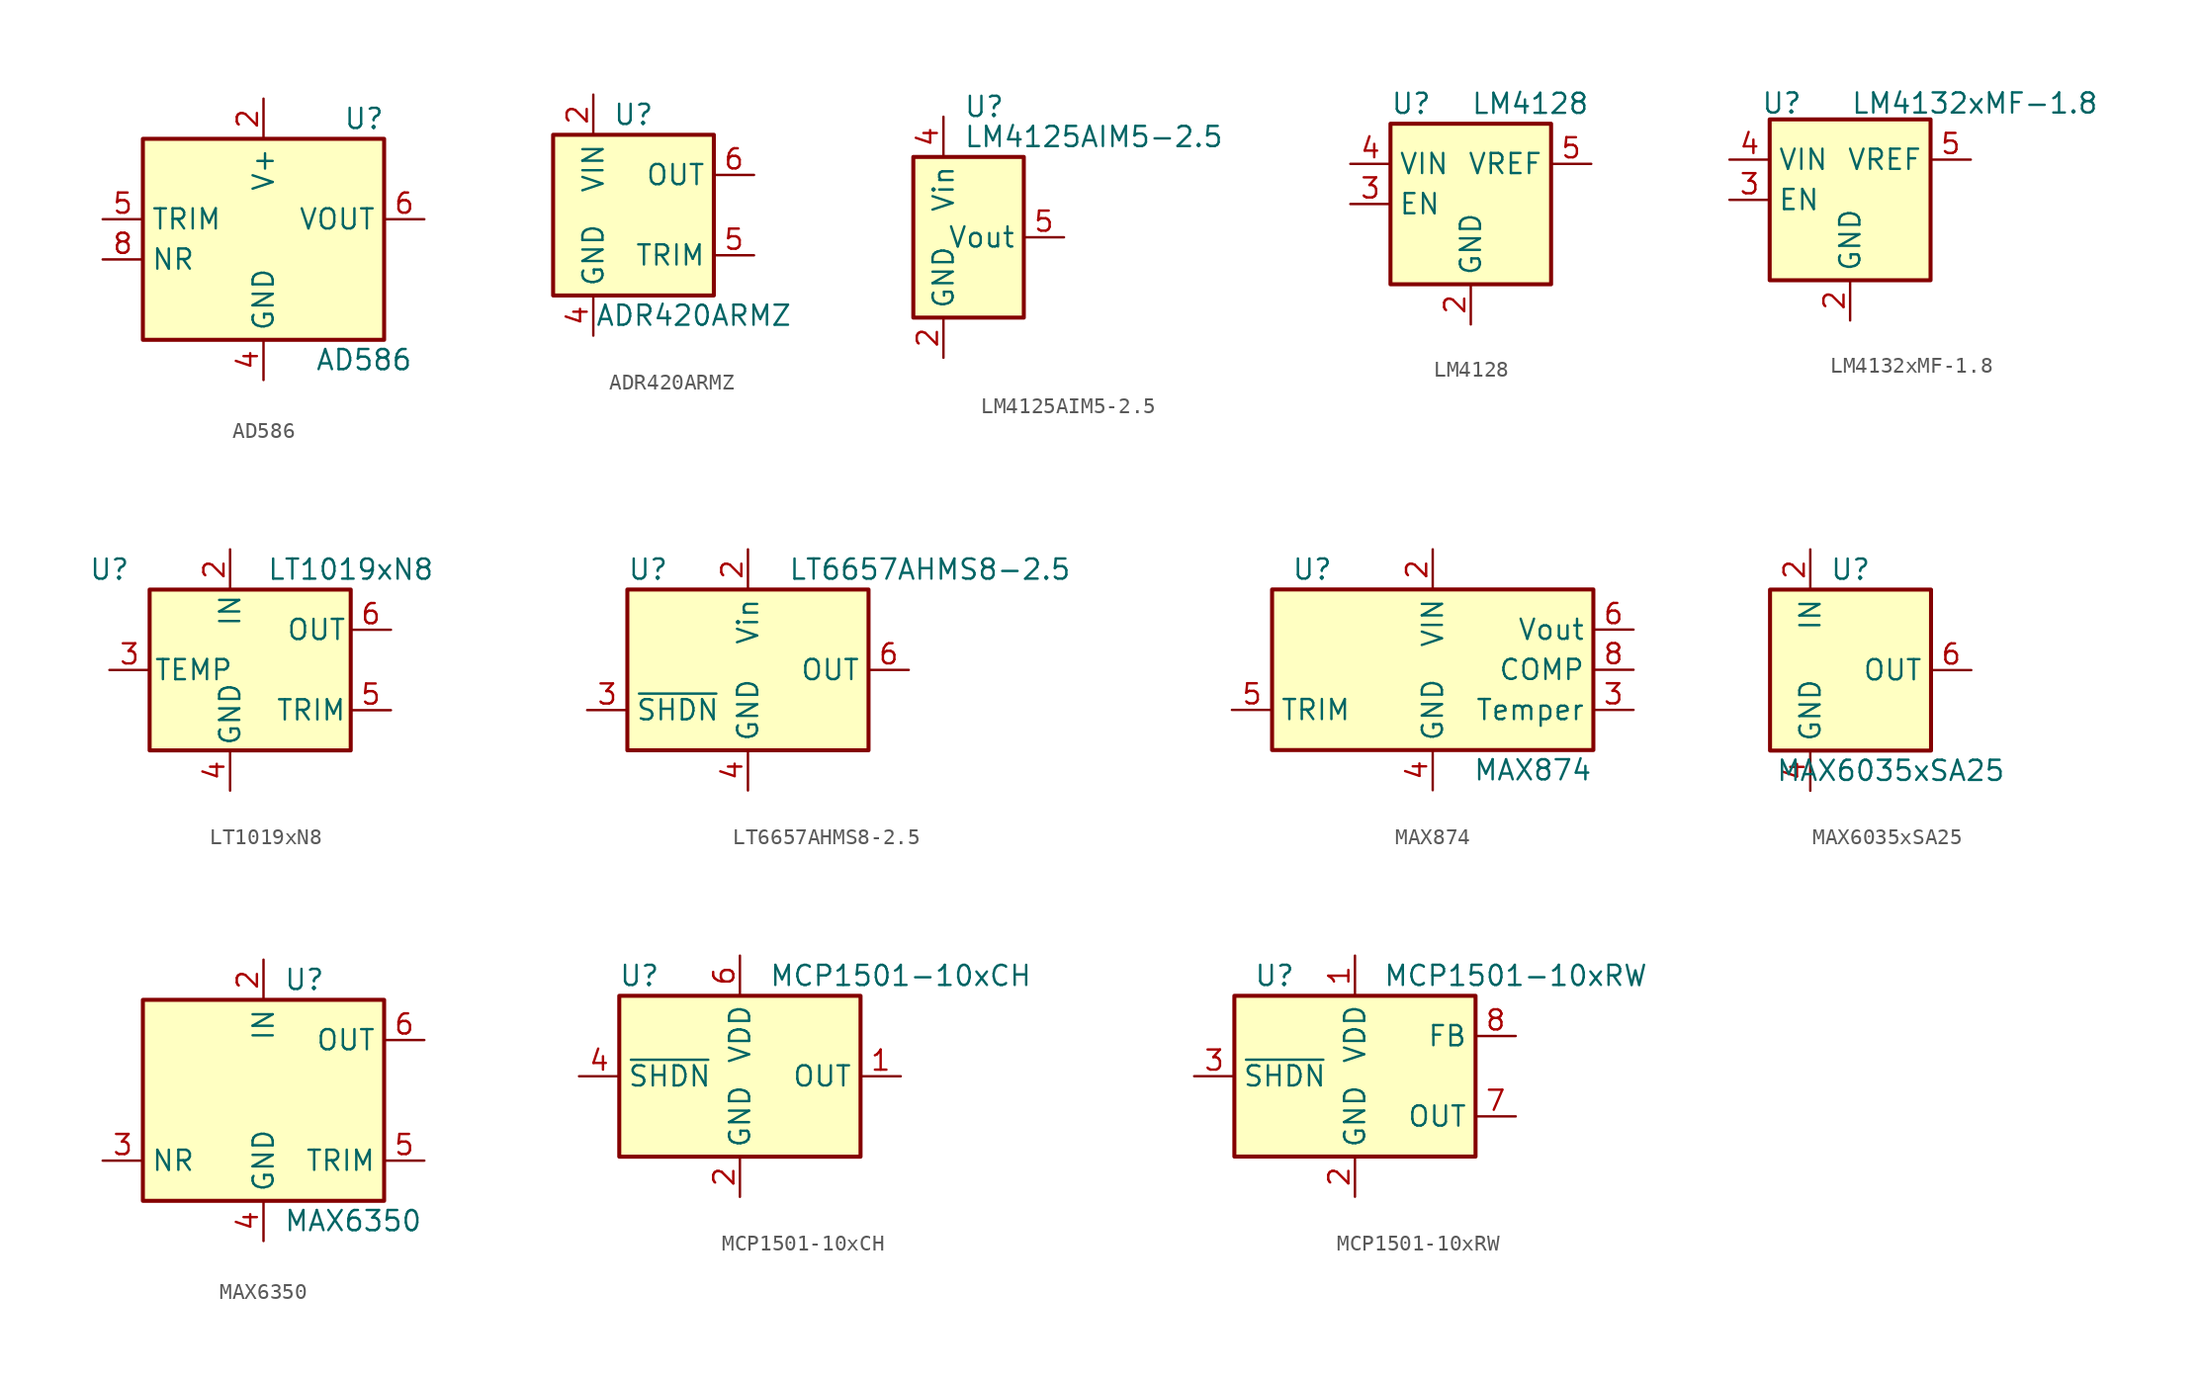
<source format=kicad_sym>
(kicad_symbol_lib
  (version 20200908)
  (generator kicad_symbol_editor)
  (symbol "Reference_Voltage:AD586"
    (property "Reference" "U"
      (at 6.35 6.35 0)
      (effects (font (size 1.27 1.27))))
    (property "Value" "AD586"
      (at 6.35 -8.89 0)
      (effects (font (size 1.27 1.27))))
    (symbol "AD586_0_1"
      (rectangle (start -7.62 5.08) (end 7.62 -7.62) (stroke (width 0.254)) (fill (type background))))
    (symbol "AD586_1_1"
      (pin unconnected line (at -7.62 2.54 0) (length 2.54) hide (name "NC" (effects (font (size 1.27 1.27)))) (number "1" (effects (font (size 1.27 1.27)))))
      (pin power_in line (at 0 7.62 270) (length 2.54) (name "V+" (effects (font (size 1.27 1.27)))) (number "2" (effects (font (size 1.27 1.27)))))
      (pin unconnected line (at -7.62 -5.08 0) (length 2.54) hide (name "NC" (effects (font (size 1.27 1.27)))) (number "3" (effects (font (size 1.27 1.27)))))
      (pin power_in line (at 0 -10.16 90) (length 2.54) (name "GND" (effects (font (size 1.27 1.27)))) (number "4" (effects (font (size 1.27 1.27)))))
      (pin input line (at -10.16 0 0) (length 2.54) (name "TRIM" (effects (font (size 1.27 1.27)))) (number "5" (effects (font (size 1.27 1.27)))))
      (pin power_out line (at 10.16 0 180) (length 2.54) (name "VOUT" (effects (font (size 1.27 1.27)))) (number "6" (effects (font (size 1.27 1.27)))))
      (pin unconnected line (at 7.62 -5.08 180) (length 2.54) hide (name "NC" (effects (font (size 1.27 1.27)))) (number "7" (effects (font (size 1.27 1.27)))))
      (pin input line (at -10.16 -2.54 0) (length 2.54) (name "NR" (effects (font (size 1.27 1.27)))) (number "8" (effects (font (size 1.27 1.27)))))))
  (symbol "Reference_Voltage:ADR420ARMZ"
    (property "Reference" "U"
      (at 0 6.35 0)
      (effects (font (size 1.27 1.27))))
    (property "Value" "ADR420ARMZ"
      (at 3.81 -6.35 0)
      (effects (font (size 1.27 1.27))))
    (symbol "ADR420ARMZ_0_1"
      (rectangle (start 5.08 -5.08) (end -5.08 5.08) (stroke (width 0.254)) (fill (type background)))
      (pin unconnected line (at -5.08 0 0) (length 2.54) hide (name "TP" (effects (font (size 1.27 1.27)))) (number "1" (effects (font (size 1.27 1.27)))))
      (pin power_in line (at -2.54 7.62 270) (length 2.54) (name "VIN" (effects (font (size 1.27 1.27)))) (number "2" (effects (font (size 1.27 1.27)))))
      (pin unconnected line (at 5.08 0 180) (length 2.54) hide (name "NC" (effects (font (size 1.27 1.27)))) (number "3" (effects (font (size 1.27 1.27)))))
      (pin power_in line (at -2.54 -7.62 90) (length 2.54) (name "GND" (effects (font (size 1.27 1.27)))) (number "4" (effects (font (size 1.27 1.27)))))
      (pin passive line (at 7.62 -2.54 180) (length 2.54) (name "TRIM" (effects (font (size 1.27 1.27)))) (number "5" (effects (font (size 1.27 1.27)))))
      (pin output line (at 7.62 2.54 180) (length 2.54) (name "OUT" (effects (font (size 1.27 1.27)))) (number "6" (effects (font (size 1.27 1.27)))))
      (pin unconnected line (at -5.08 2.54 0) (length 2.54) hide (name "NC" (effects (font (size 1.27 1.27)))) (number "7" (effects (font (size 1.27 1.27)))))
      (pin unconnected line (at -5.08 -2.54 0) (length 2.54) hide (name "TP" (effects (font (size 1.27 1.27)))) (number "8" (effects (font (size 1.27 1.27)))))))
  (symbol "Reference_Voltage:LM4125AIM5-2.5"
    (property "Reference" "U"
      (at 1.27 8.255 0)
      (effects (font (size 1.27 1.27)) (justify left)))
    (property "Value" "LM4125AIM5-2.5"
      (at 1.27 6.35 0)
      (effects (font (size 1.27 1.27)) (justify left)))
    (symbol "LM4125AIM5-2.5_0_1"
      (rectangle (start -1.905 5.08) (end 5.08 -5.08) (stroke (width 0.254)) (fill (type background))))
    (symbol "LM4125AIM5-2.5_1_1"
      (pin unconnected line (at 2.54 -5.08 90) (length 2.54) hide (name "NC" (effects (font (size 1.27 1.27)))) (number "1" (effects (font (size 1.27 1.27)))))
      (pin power_in line (at 0 -7.62 90) (length 2.54) (name "GND" (effects (font (size 1.27 1.27)))) (number "2" (effects (font (size 1.27 1.27)))))
      (pin unconnected line (at 5.08 -5.08 90) (length 2.54) hide (name "NC" (effects (font (size 1.27 1.27)))) (number "3" (effects (font (size 1.27 1.27)))))
      (pin power_in line (at 0 7.62 270) (length 2.54) (name "Vin" (effects (font (size 1.27 1.27)))) (number "4" (effects (font (size 1.27 1.27)))))
      (pin power_out line (at 7.62 0 180) (length 2.54) (name "Vout" (effects (font (size 1.27 1.27)))) (number "5" (effects (font (size 1.27 1.27)))))))
  (symbol "Reference_Voltage:LM4128"
    (property "Reference" "U"
      (at -5.08 6.35 0)
      (effects (font (size 1.27 1.27)) (justify left)))
    (property "Value" "LM4128"
      (at 0 6.35 0)
      (effects (font (size 1.27 1.27)) (justify left)))
    (symbol "LM4128_0_1"
      (rectangle (start -5.08 5.08) (end 5.08 -5.08) (stroke (width 0.254)) (fill (type background))))
    (symbol "LM4128_1_1"
      (pin unconnected line (at 5.08 0 180) (length 2.54) hide (name "NC" (effects (font (size 1.27 1.27)))) (number "1" (effects (font (size 1.27 1.27)))))
      (pin power_in line (at 0 -7.62 90) (length 2.54) (name "GND" (effects (font (size 1.27 1.27)))) (number "2" (effects (font (size 1.27 1.27)))))
      (pin input line (at -7.62 0 0) (length 2.54) (name "EN" (effects (font (size 1.27 1.27)))) (number "3" (effects (font (size 1.27 1.27)))))
      (pin power_in line (at -7.62 2.54 0) (length 2.54) (name "VIN" (effects (font (size 1.27 1.27)))) (number "4" (effects (font (size 1.27 1.27)))))
      (pin power_out line (at 7.62 2.54 180) (length 2.54) (name "VREF" (effects (font (size 1.27 1.27)))) (number "5" (effects (font (size 1.27 1.27)))))))
  (symbol "Reference_Voltage:LM4132xMF-1.8"
    (property "Reference" "U"
      (at -4.318 6.096 0)
      (effects (font (size 1.27 1.27))))
    (property "Value" "LM4132xMF-1.8"
      (at 7.874 6.096 0)
      (effects (font (size 1.27 1.27))))
    (symbol "LM4132xMF-1.8_0_1"
      (rectangle (start -5.08 5.08) (end 5.08 -5.08) (stroke (width 0.254)) (fill (type background))))
    (symbol "LM4132xMF-1.8_1_1"
      (pin unconnected line (at 5.08 0 180) (length 2.54) hide (name "NC" (effects (font (size 1.27 1.27)))) (number "1" (effects (font (size 1.27 1.27)))))
      (pin power_in line (at 0 -7.62 90) (length 2.54) (name "GND" (effects (font (size 1.27 1.27)))) (number "2" (effects (font (size 1.27 1.27)))))
      (pin input line (at -7.62 0 0) (length 2.54) (name "EN" (effects (font (size 1.27 1.27)))) (number "3" (effects (font (size 1.27 1.27)))))
      (pin power_in line (at -7.62 2.54 0) (length 2.54) (name "VIN" (effects (font (size 1.27 1.27)))) (number "4" (effects (font (size 1.27 1.27)))))
      (pin power_out line (at 7.62 2.54 180) (length 2.54) (name "VREF" (effects (font (size 1.27 1.27)))) (number "5" (effects (font (size 1.27 1.27)))))))
  (symbol "Reference_Voltage:LT1019xN8"
    (pin_names
      (offset 0.254))
    (property "Reference" "U"
      (at -7.62 6.35 0)
      (effects (font (size 1.27 1.27))))
    (property "Value" "LT1019xN8"
      (at 7.62 6.35 0)
      (effects (font (size 1.27 1.27))))
    (symbol "LT1019xN8_0_1"
      (rectangle (start 7.62 5.08) (end -5.08 -5.08) (stroke (width 0.254)) (fill (type background))))
    (symbol "LT1019xN8_1_0"
      (pin unconnected line (at -5.08 2.54 0) (length 2.54) hide (name "DNC" (effects (font (size 1.27 1.27)))) (number "1" (effects (font (size 1.27 1.27)))))
      (pin power_in line (at 0 7.62 270) (length 2.54) (name "IN" (effects (font (size 1.27 1.27)))) (number "2" (effects (font (size 1.27 1.27)))))
      (pin passive line (at -7.62 0 0) (length 2.54) (name "TEMP" (effects (font (size 1.27 1.27)))) (number "3" (effects (font (size 1.27 1.27)))))
      (pin power_in line (at 0 -7.62 90) (length 2.54) (name "GND" (effects (font (size 1.27 1.27)))) (number "4" (effects (font (size 1.27 1.27)))))
      (pin passive line (at 10.16 -2.54 180) (length 2.54) (name "TRIM" (effects (font (size 1.27 1.27)))) (number "5" (effects (font (size 1.27 1.27)))))
      (pin power_out line (at 10.16 2.54 180) (length 2.54) (name "OUT" (effects (font (size 1.27 1.27)))) (number "6" (effects (font (size 1.27 1.27)))))
      (pin unconnected line (at 7.62 0 180) (length 2.54) hide (name "DNC" (effects (font (size 1.27 1.27)))) (number "7" (effects (font (size 1.27 1.27)))))
      (pin unconnected line (at -5.08 -2.54 0) (length 2.54) hide (name "DNC" (effects (font (size 1.27 1.27)))) (number "8" (effects (font (size 1.27 1.27)))))))
  (symbol "Reference_Voltage:LT6657AHMS8-2.5"
    (property "Reference" "U"
      (at -7.62 6.35 0)
      (effects (font (size 1.27 1.27)) (justify left)))
    (property "Value" "LT6657AHMS8-2.5"
      (at 2.54 6.35 0)
      (effects (font (size 1.27 1.27)) (justify left)))
    (symbol "LT6657AHMS8-2.5_0_1"
      (rectangle (start -7.62 5.08) (end 7.62 -5.08) (stroke (width 0.254)) (fill (type background))))
    (symbol "LT6657AHMS8-2.5_1_1"
      (pin unconnected line (at 7.62 -2.54 180) (length 2.54) hide (name "DNC" (effects (font (size 1.27 1.27)))) (number "1" (effects (font (size 1.27 1.27)))))
      (pin power_in line (at 0 7.62 270) (length 2.54) (name "Vin" (effects (font (size 1.27 1.27)))) (number "2" (effects (font (size 1.27 1.27)))))
      (pin input line (at -10.16 -2.54 0) (length 2.54) (name "~SHDN" (effects (font (size 1.27 1.27)))) (number "3" (effects (font (size 1.27 1.27)))))
      (pin power_in line (at 0 -7.62 90) (length 2.54) (name "GND" (effects (font (size 1.27 1.27)))) (number "4" (effects (font (size 1.27 1.27)))))
      (pin unconnected line (at -7.62 0 0) (length 2.54) hide (name "DNC" (effects (font (size 1.27 1.27)))) (number "5" (effects (font (size 1.27 1.27)))))
      (pin power_out line (at 10.16 0 180) (length 2.54) (name "OUT" (effects (font (size 1.27 1.27)))) (number "6" (effects (font (size 1.27 1.27)))))
      (pin unconnected line (at -7.62 2.54 0) (length 2.54) hide (name "DNC" (effects (font (size 1.27 1.27)))) (number "7" (effects (font (size 1.27 1.27)))))
      (pin unconnected line (at 7.62 2.54 180) (length 2.54) hide (name "DNC" (effects (font (size 1.27 1.27)))) (number "8" (effects (font (size 1.27 1.27)))))))
  (symbol "Reference_Voltage:MAX874"
    (property "Reference" "U"
      (at -7.62 6.35 0)
      (effects (font (size 1.27 1.27))))
    (property "Value" "MAX874"
      (at 2.54 -6.35 0)
      (effects (font (size 1.27 1.27)) (justify left)))
    (symbol "MAX874_0_1"
      (rectangle (start -10.16 5.08) (end 10.16 -5.08) (stroke (width 0.254)) (fill (type background))))
    (symbol "MAX874_1_1"
      (pin unconnected line (at -10.16 0 0) (length 2.54) hide (name "IC" (effects (font (size 1.27 1.27)))) (number "1" (effects (font (size 1.27 1.27)))))
      (pin power_in line (at 0 7.62 270) (length 2.54) (name "VIN" (effects (font (size 1.27 1.27)))) (number "2" (effects (font (size 1.27 1.27)))))
      (pin output line (at 12.7 -2.54 180) (length 2.54) (name "Temper" (effects (font (size 1.27 1.27)))) (number "3" (effects (font (size 1.27 1.27)))))
      (pin power_in line (at 0 -7.62 90) (length 2.54) (name "GND" (effects (font (size 1.27 1.27)))) (number "4" (effects (font (size 1.27 1.27)))))
      (pin input line (at -12.7 -2.54 0) (length 2.54) (name "TRIM" (effects (font (size 1.27 1.27)))) (number "5" (effects (font (size 1.27 1.27)))))
      (pin power_out line (at 12.7 2.54 180) (length 2.54) (name "Vout" (effects (font (size 1.27 1.27)))) (number "6" (effects (font (size 1.27 1.27)))))
      (pin unconnected line (at -2.54 -5.08 90) (length 2.54) hide (name "IC" (effects (font (size 1.27 1.27)))) (number "7" (effects (font (size 1.27 1.27)))))
      (pin passive line (at 12.7 0 180) (length 2.54) (name "COMP" (effects (font (size 1.27 1.27)))) (number "8" (effects (font (size 1.27 1.27)))))))
  (symbol "Reference_Voltage:MAX6035xSA25"
    (property "Reference" "U"
      (at 0 6.35 0)
      (effects (font (size 1.27 1.27))))
    (property "Value" "MAX6035xSA25"
      (at 2.54 -6.35 0)
      (effects (font (size 1.27 1.27))))
    (symbol "MAX6035xSA25_0_1"
      (rectangle (start -5.08 5.08) (end 5.08 -5.08) (stroke (width 0.254)) (fill (type background))))
    (symbol "MAX6035xSA25_0_0"
      (pin unconnected line (at -5.08 0 0) (length 2.54) hide (name "NC" (effects (font (size 1.27 1.27)))) (number "3" (effects (font (size 1.27 1.27)))))
      (pin unconnected line (at 5.08 2.54 180) (length 2.54) hide (name "NC" (effects (font (size 1.27 1.27)))) (number "7" (effects (font (size 1.27 1.27)))))
      (pin unconnected line (at 5.08 -2.54 180) (length 2.54) hide (name "NC" (effects (font (size 1.27 1.27)))) (number "8" (effects (font (size 1.27 1.27))))))
    (symbol "MAX6035xSA25_1_1"
      (pin unconnected line (at -5.08 2.54 0) (length 2.54) hide (name "NC" (effects (font (size 1.27 1.27)))) (number "1" (effects (font (size 1.27 1.27)))))
      (pin power_in line (at -2.54 7.62 270) (length 2.54) (name "IN" (effects (font (size 1.27 1.27)))) (number "2" (effects (font (size 1.27 1.27)))))
      (pin power_in line (at -2.54 -7.62 90) (length 2.54) (name "GND" (effects (font (size 1.27 1.27)))) (number "4" (effects (font (size 1.27 1.27)))))
      (pin unconnected line (at -5.08 -2.54 0) (length 2.54) hide (name "NC" (effects (font (size 1.27 1.27)))) (number "5" (effects (font (size 1.27 1.27)))))
      (pin power_out line (at 7.62 0 180) (length 2.54) (name "OUT" (effects (font (size 1.27 1.27)))) (number "6" (effects (font (size 1.27 1.27)))))))
  (symbol "Reference_Voltage:MAX6350"
    (property "Reference" "U"
      (at 1.27 6.35 0)
      (effects (font (size 1.27 1.27)) (justify left)))
    (property "Value" "MAX6350"
      (at 1.27 -8.89 0)
      (effects (font (size 1.27 1.27)) (justify left)))
    (symbol "MAX6350_0_1"
      (rectangle (start -7.62 5.08) (end 7.62 -7.62) (stroke (width 0.254)) (fill (type background))))
    (symbol "MAX6350_1_1"
      (pin unconnected line (at -7.62 -2.54 0) (length 2.54) hide (name "NC" (effects (font (size 1.27 1.27)))) (number "1" (effects (font (size 1.27 1.27)))))
      (pin power_in line (at 0 7.62 270) (length 2.54) (name "IN" (effects (font (size 1.27 1.27)))) (number "2" (effects (font (size 1.27 1.27)))))
      (pin passive line (at -10.16 -5.08 0) (length 2.54) (name "NR" (effects (font (size 1.27 1.27)))) (number "3" (effects (font (size 1.27 1.27)))))
      (pin power_in line (at 0 -10.16 90) (length 2.54) (name "GND" (effects (font (size 1.27 1.27)))) (number "4" (effects (font (size 1.27 1.27)))))
      (pin passive line (at 10.16 -5.08 180) (length 2.54) (name "TRIM" (effects (font (size 1.27 1.27)))) (number "5" (effects (font (size 1.27 1.27)))))
      (pin power_out line (at 10.16 2.54 180) (length 2.54) (name "OUT" (effects (font (size 1.27 1.27)))) (number "6" (effects (font (size 1.27 1.27)))))
      (pin unconnected line (at 7.62 0 180) (length 2.54) hide (name "NC" (effects (font (size 1.27 1.27)))) (number "7" (effects (font (size 1.27 1.27)))))
      (pin unconnected line (at 7.62 -2.54 180) (length 2.54) hide (name "NC" (effects (font (size 1.27 1.27)))) (number "8" (effects (font (size 1.27 1.27)))))))
  (symbol "Reference_Voltage:MCP1501-10xCH"
    (property "Reference" "U"
      (at -6.35 6.35 0)
      (effects (font (size 1.27 1.27))))
    (property "Value" "MCP1501-10xCH"
      (at 10.16 6.35 0)
      (effects (font (size 1.27 1.27))))
    (symbol "MCP1501-10xCH_0_1"
      (rectangle (start -7.62 5.08) (end 7.62 -5.08) (stroke (width 0.254)) (fill (type background))))
    (symbol "MCP1501-10xCH_0_0"
      (pin power_out line (at 10.16 0 180) (length 2.54) (name "OUT" (effects (font (size 1.27 1.27)))) (number "1" (effects (font (size 1.27 1.27)))))
      (pin power_in line (at 0 -7.62 90) (length 2.54) (name "GND" (effects (font (size 1.27 1.27)))) (number "2" (effects (font (size 1.27 1.27)))))
      (pin passive line (at 0 -7.62 90) (length 2.54) hide (name "GND" (effects (font (size 1.27 1.27)))) (number "3" (effects (font (size 1.27 1.27)))))
      (pin input line (at -10.16 0 0) (length 2.54) (name "~SHDN" (effects (font (size 1.27 1.27)))) (number "4" (effects (font (size 1.27 1.27)))))
      (pin passive line (at 0 -7.62 90) (length 2.54) hide (name "GND" (effects (font (size 1.27 1.27)))) (number "5" (effects (font (size 1.27 1.27)))))
      (pin power_in line (at 0 7.62 270) (length 2.54) (name "VDD" (effects (font (size 1.27 1.27)))) (number "6" (effects (font (size 1.27 1.27)))))))
  (symbol "Reference_Voltage:MCP1501-10xRW"
    (property "Reference" "U"
      (at -5.08 6.35 0)
      (effects (font (size 1.27 1.27))))
    (property "Value" "MCP1501-10xRW"
      (at 10.16 6.35 0)
      (effects (font (size 1.27 1.27))))
    (symbol "MCP1501-10xRW_0_1"
      (rectangle (start -7.62 5.08) (end 7.62 -5.08) (stroke (width 0.254)) (fill (type background))))
    (symbol "MCP1501-10xRW_0_0"
      (pin power_in line (at 0 7.62 270) (length 2.54) (name "VDD" (effects (font (size 1.27 1.27)))) (number "1" (effects (font (size 1.27 1.27)))))
      (pin power_in line (at 0 -7.62 90) (length 2.54) (name "GND" (effects (font (size 1.27 1.27)))) (number "2" (effects (font (size 1.27 1.27)))))
      (pin input line (at -10.16 0 0) (length 2.54) (name "~SHDN" (effects (font (size 1.27 1.27)))) (number "3" (effects (font (size 1.27 1.27)))))
      (pin passive line (at 0 -7.62 90) (length 2.54) hide (name "GND" (effects (font (size 1.27 1.27)))) (number "4" (effects (font (size 1.27 1.27)))))
      (pin passive line (at 0 -7.62 90) (length 2.54) hide (name "GND" (effects (font (size 1.27 1.27)))) (number "5" (effects (font (size 1.27 1.27)))))
      (pin passive line (at 0 -7.62 90) (length 2.54) hide (name "GND" (effects (font (size 1.27 1.27)))) (number "6" (effects (font (size 1.27 1.27)))))
      (pin power_out line (at 10.16 -2.54 180) (length 2.54) (name "OUT" (effects (font (size 1.27 1.27)))) (number "7" (effects (font (size 1.27 1.27)))))
      (pin input line (at 10.16 2.54 180) (length 2.54) (name "FB" (effects (font (size 1.27 1.27)))) (number "8" (effects (font (size 1.27 1.27))))))))
</source>
